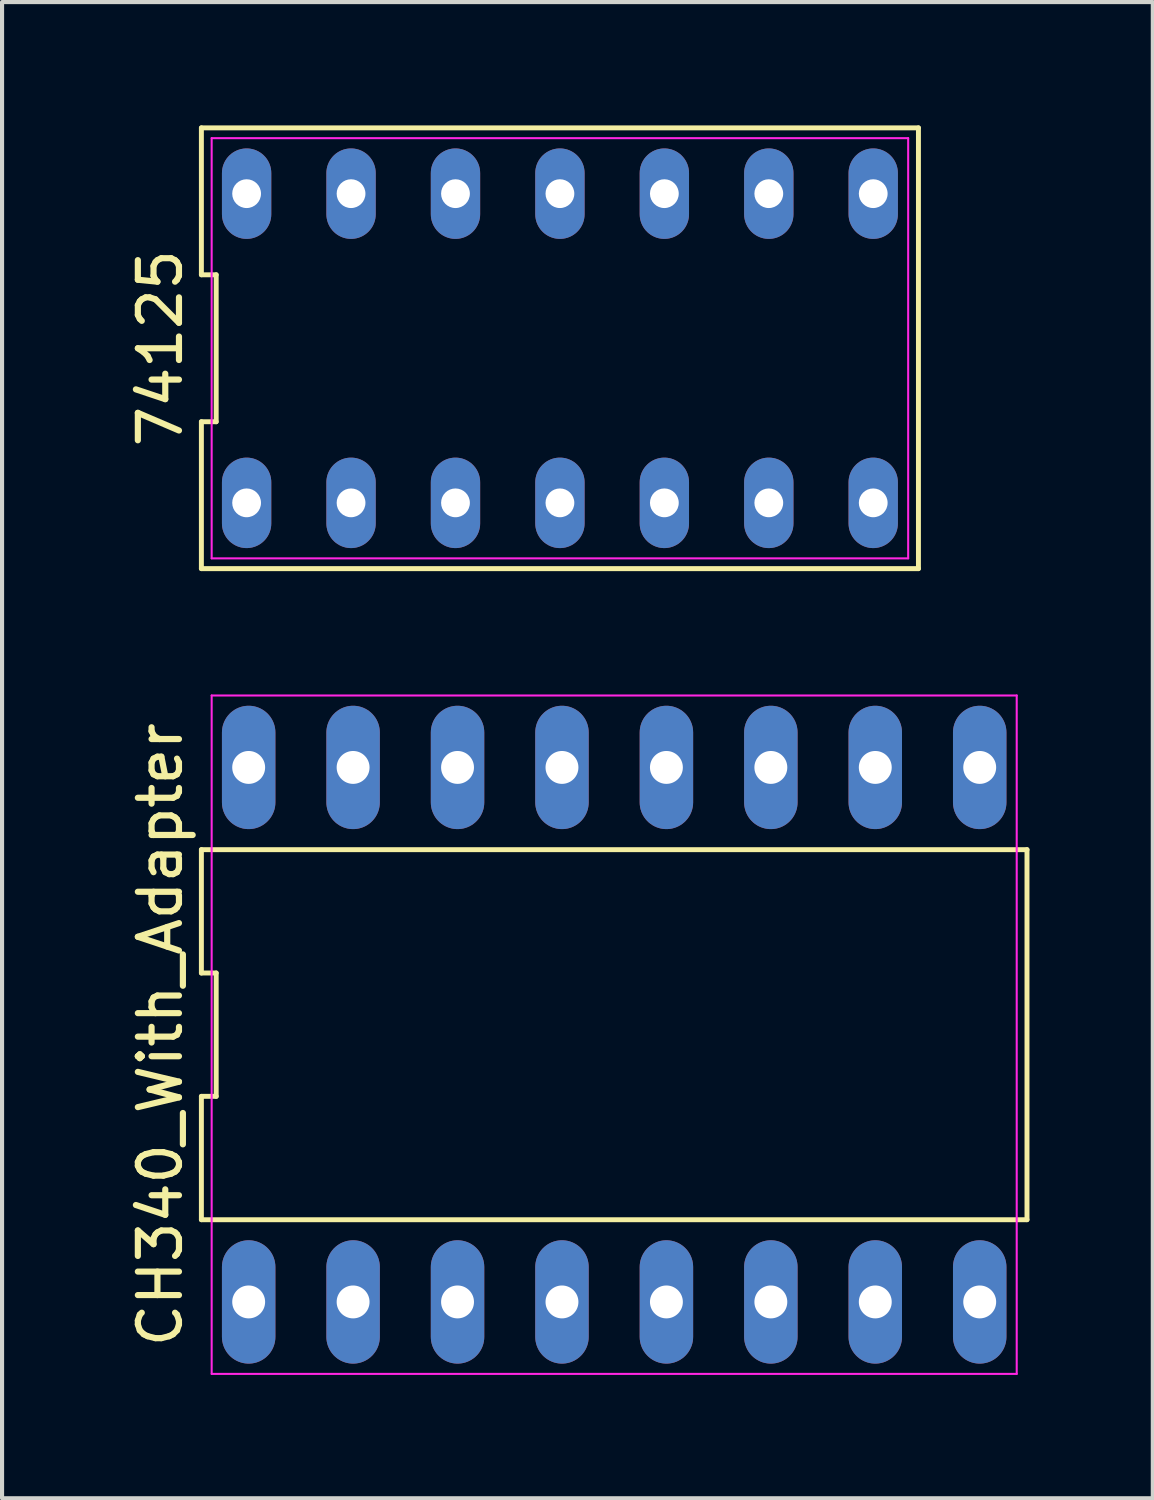
<source format=kicad_pcb>
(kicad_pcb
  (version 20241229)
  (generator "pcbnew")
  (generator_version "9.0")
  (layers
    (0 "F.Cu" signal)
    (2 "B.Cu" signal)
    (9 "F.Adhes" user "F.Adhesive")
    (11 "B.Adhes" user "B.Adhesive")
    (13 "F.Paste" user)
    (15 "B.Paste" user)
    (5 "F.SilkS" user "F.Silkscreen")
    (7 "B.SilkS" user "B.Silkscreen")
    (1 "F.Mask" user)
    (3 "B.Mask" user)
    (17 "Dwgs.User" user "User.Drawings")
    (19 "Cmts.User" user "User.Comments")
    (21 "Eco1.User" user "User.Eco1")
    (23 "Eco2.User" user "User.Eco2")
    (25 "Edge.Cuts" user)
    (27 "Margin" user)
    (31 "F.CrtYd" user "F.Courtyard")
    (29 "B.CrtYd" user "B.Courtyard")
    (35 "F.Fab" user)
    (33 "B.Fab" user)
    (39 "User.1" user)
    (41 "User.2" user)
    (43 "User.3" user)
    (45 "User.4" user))
  (footprint "CH340_With_Adapter"
    (layer "F.Cu")
    (at 11.888 22.115)
    (property "Reference" "CH340_With_Adapter" (at -11.04 0 90) (layer "F.SilkS") (effects (font (size 1 1) (thickness 0.15))))
    (attr through_hole)
    (fp_line (start -10.04 -4.5) (end -10.04 -1.5) (stroke (width 0.12) (type solid)) (layer "F.SilkS"))
    (fp_line (start -10.04 -1.5) (end -9.68 -1.5) (stroke (width 0.12) (type solid)) (layer "F.SilkS"))
    (fp_line (start -10.04 1.5) (end -10.04 4.5) (stroke (width 0.12) (type solid)) (layer "F.SilkS"))
    (fp_line (start -10.04 4.5) (end 10.04 4.5) (stroke (width 0.12) (type solid)) (layer "F.SilkS"))
    (fp_line (start -9.68 -1.5) (end -9.68 1.5) (stroke (width 0.12) (type solid)) (layer "F.SilkS"))
    (fp_line (start -9.68 1.5) (end -10.04 1.5) (stroke (width 0.12) (type solid)) (layer "F.SilkS"))
    (fp_line (start 10.04 -4.5) (end -10.04 -4.5) (stroke (width 0.12) (type solid)) (layer "F.SilkS"))
    (fp_line (start 10.04 4.5) (end 10.04 -4.5) (stroke (width 0.12) (type solid)) (layer "F.SilkS"))
    (fp_line (start -9.79 -8.25) (end 9.79 -8.25) (stroke (width 0.05) (type solid)) (layer "F.CrtYd"))
    (fp_line (start -9.79 8.25) (end -9.79 -8.25) (stroke (width 0.05) (type solid)) (layer "F.CrtYd"))
    (fp_line (start 9.79 -8.25) (end 9.79 8.25) (stroke (width 0.05) (type solid)) (layer "F.CrtYd"))
    (fp_line (start 9.79 8.25) (end -9.79 8.25) (stroke (width 0.05) (type solid)) (layer "F.CrtYd"))
    (pad "1" thru_hole oval (at -8.89 6.5) (size 1.3 3) (drill 0.8) (layers "*.Cu" "*.Mask"))
    (pad "2" thru_hole oval (at -6.35 6.5) (size 1.3 3) (drill 0.8) (layers "*.Cu" "*.Mask"))
    (pad "3" thru_hole oval (at -3.81 6.5) (size 1.3 3) (drill 0.8) (layers "*.Cu" "*.Mask"))
    (pad "4" thru_hole oval (at -1.27 6.5) (size 1.3 3) (drill 0.8) (layers "*.Cu" "*.Mask"))
    (pad "5" thru_hole oval (at 1.27 6.5) (size 1.3 3) (drill 0.8) (layers "*.Cu" "*.Mask"))
    (pad "6" thru_hole oval (at 3.81 6.5) (size 1.3 3) (drill 0.8) (layers "*.Cu" "*.Mask"))
    (pad "7" thru_hole oval (at 6.35 6.5) (size 1.3 3) (drill 0.8) (layers "*.Cu" "*.Mask"))
    (pad "8" thru_hole oval (at 8.89 6.5) (size 1.3 3) (drill 0.8) (layers "*.Cu" "*.Mask"))
    (pad "9" thru_hole oval (at 8.89 -6.5) (size 1.3 3) (drill 0.8) (layers "*.Cu" "*.Mask"))
    (pad "10" thru_hole oval (at 6.35 -6.5) (size 1.3 3) (drill 0.8) (layers "*.Cu" "*.Mask"))
    (pad "11" thru_hole oval (at 3.81 -6.5) (size 1.3 3) (drill 0.8) (layers "*.Cu" "*.Mask"))
    (pad "12" thru_hole oval (at 1.27 -6.5) (size 1.3 3) (drill 0.8) (layers "*.Cu" "*.Mask"))
    (pad "13" thru_hole oval (at -1.27 -6.5) (size 1.3 3) (drill 0.8) (layers "*.Cu" "*.Mask"))
    (pad "14" thru_hole oval (at -3.81 -6.5) (size 1.3 3) (drill 0.8) (layers "*.Cu" "*.Mask"))
    (pad "15" thru_hole oval (at -6.35 -6.5) (size 1.3 3) (drill 0.8) (layers "*.Cu" "*.Mask"))
    (pad "16" thru_hole oval (at -8.89 -6.5) (size 1.3 3) (drill 0.8) (layers "*.Cu" "*.Mask")))
  (footprint "74125"
    (layer "F.Cu")
    (at 10.568 5.42)
    (property "Reference" "74125" (at -9.72 0 90) (layer "F.SilkS") (effects (font (size 1 1) (thickness 0.15))))
    (attr through_hole)
    (fp_line (start -8.72 -5.36) (end -8.72 -1.787) (stroke (width 0.12) (type solid)) (layer "F.SilkS"))
    (fp_line (start -8.72 -1.787) (end -8.36 -1.787) (stroke (width 0.12) (type solid)) (layer "F.SilkS"))
    (fp_line (start -8.72 1.787) (end -8.72 5.36) (stroke (width 0.12) (type solid)) (layer "F.SilkS"))
    (fp_line (start -8.72 5.36) (end 8.72 5.36) (stroke (width 0.12) (type solid)) (layer "F.SilkS"))
    (fp_line (start -8.36 -1.787) (end -8.36 1.787) (stroke (width 0.12) (type solid)) (layer "F.SilkS"))
    (fp_line (start -8.36 1.787) (end -8.72 1.787) (stroke (width 0.12) (type solid)) (layer "F.SilkS"))
    (fp_line (start 8.72 -5.36) (end -8.72 -5.36) (stroke (width 0.12) (type solid)) (layer "F.SilkS"))
    (fp_line (start 8.72 5.36) (end 8.72 -5.36) (stroke (width 0.12) (type solid)) (layer "F.SilkS"))
    (fp_line (start -8.47 -5.11) (end 8.47 -5.11) (stroke (width 0.05) (type solid)) (layer "F.CrtYd"))
    (fp_line (start -8.47 5.11) (end -8.47 -5.11) (stroke (width 0.05) (type solid)) (layer "F.CrtYd"))
    (fp_line (start 8.47 -5.11) (end 8.47 5.11) (stroke (width 0.05) (type solid)) (layer "F.CrtYd"))
    (fp_line (start 8.47 5.11) (end -8.47 5.11) (stroke (width 0.05) (type solid)) (layer "F.CrtYd"))
    (pad "1" thru_hole oval (at -7.62 3.76) (size 1.2 2.2) (drill 0.7) (layers "*.Cu" "*.Mask"))
    (pad "2" thru_hole oval (at -5.08 3.76) (size 1.2 2.2) (drill 0.7) (layers "*.Cu" "*.Mask"))
    (pad "3" thru_hole oval (at -2.54 3.76) (size 1.2 2.2) (drill 0.7) (layers "*.Cu" "*.Mask"))
    (pad "4" thru_hole oval (at 0 3.76) (size 1.2 2.2) (drill 0.7) (layers "*.Cu" "*.Mask"))
    (pad "5" thru_hole oval (at 2.54 3.76) (size 1.2 2.2) (drill 0.7) (layers "*.Cu" "*.Mask"))
    (pad "6" thru_hole oval (at 5.08 3.76) (size 1.2 2.2) (drill 0.7) (layers "*.Cu" "*.Mask"))
    (pad "7" thru_hole oval (at 7.62 3.76) (size 1.2 2.2) (drill 0.7) (layers "*.Cu" "*.Mask"))
    (pad "8" thru_hole oval (at 7.62 -3.76) (size 1.2 2.2) (drill 0.7) (layers "*.Cu" "*.Mask"))
    (pad "9" thru_hole oval (at 5.08 -3.76) (size 1.2 2.2) (drill 0.7) (layers "*.Cu" "*.Mask"))
    (pad "10" thru_hole oval (at 2.54 -3.76) (size 1.2 2.2) (drill 0.7) (layers "*.Cu" "*.Mask"))
    (pad "11" thru_hole oval (at 0 -3.76) (size 1.2 2.2) (drill 0.7) (layers "*.Cu" "*.Mask"))
    (pad "12" thru_hole oval (at -2.54 -3.76) (size 1.2 2.2) (drill 0.7) (layers "*.Cu" "*.Mask"))
    (pad "13" thru_hole oval (at -5.08 -3.76) (size 1.2 2.2) (drill 0.7) (layers "*.Cu" "*.Mask"))
    (pad "14" thru_hole oval (at -7.62 -3.76) (size 1.2 2.2) (drill 0.7) (layers "*.Cu" "*.Mask")))
  (gr_rect
    (start -3 -3)
    (end 24.988 33.39)
    (stroke (width 0.1) (type default))
    (fill no)
    (layer "Edge.Cuts")))
</source>
